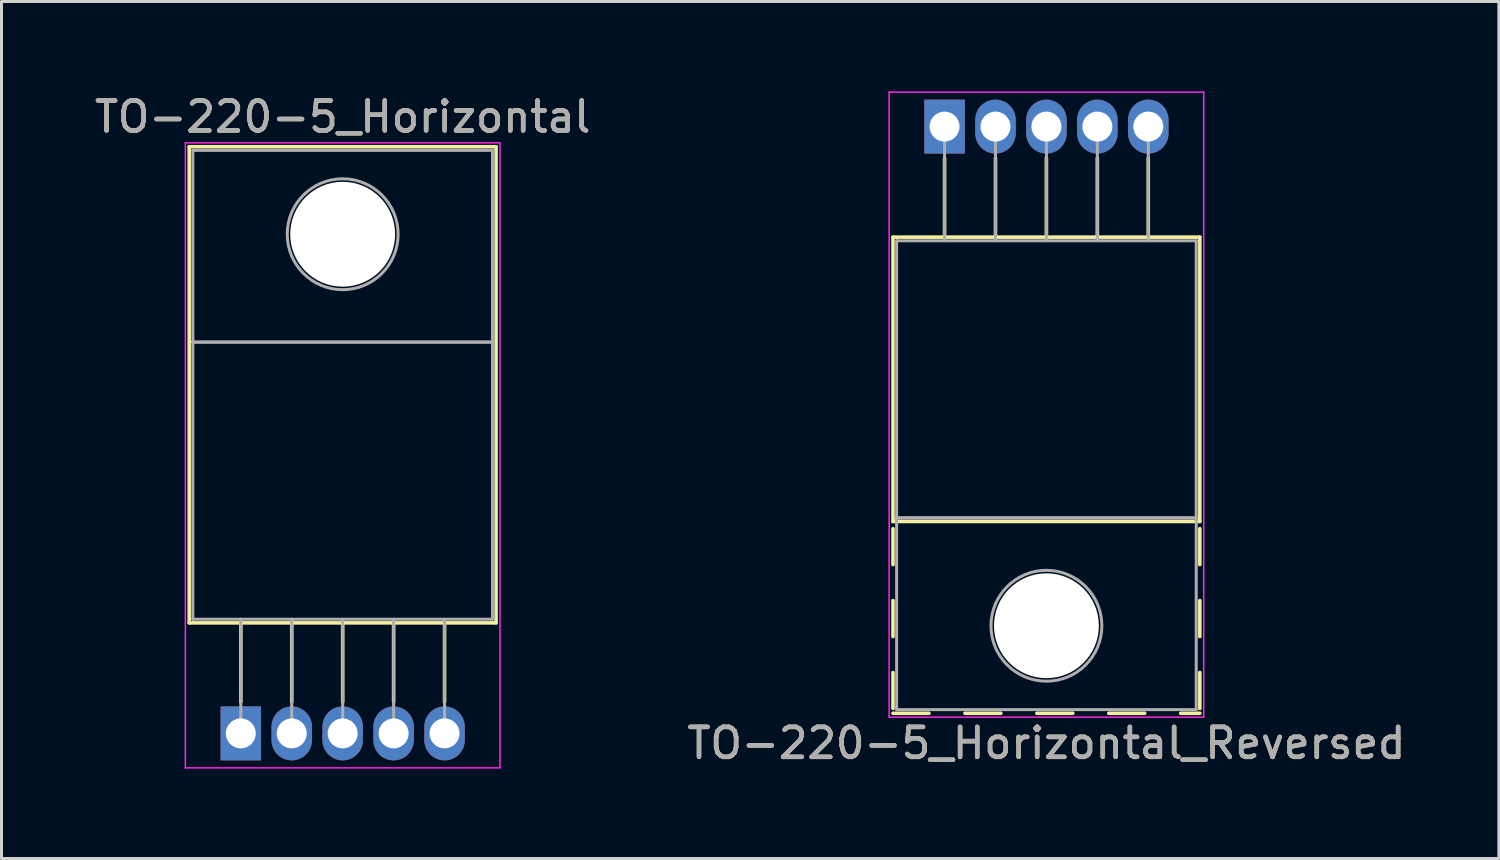
<source format=kicad_pcb>
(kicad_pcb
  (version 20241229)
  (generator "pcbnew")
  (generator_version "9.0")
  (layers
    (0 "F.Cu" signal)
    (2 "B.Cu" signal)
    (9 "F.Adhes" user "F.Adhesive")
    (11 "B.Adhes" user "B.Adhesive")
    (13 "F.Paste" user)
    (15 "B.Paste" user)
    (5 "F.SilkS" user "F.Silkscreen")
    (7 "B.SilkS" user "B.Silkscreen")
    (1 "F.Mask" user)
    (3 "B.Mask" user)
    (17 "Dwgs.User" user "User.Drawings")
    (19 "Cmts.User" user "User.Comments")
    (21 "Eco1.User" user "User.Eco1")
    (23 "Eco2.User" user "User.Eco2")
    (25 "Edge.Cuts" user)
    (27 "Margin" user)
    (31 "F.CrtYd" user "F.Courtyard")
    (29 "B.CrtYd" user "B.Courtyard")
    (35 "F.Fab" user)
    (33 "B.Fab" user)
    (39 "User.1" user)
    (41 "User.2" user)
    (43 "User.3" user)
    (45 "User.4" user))
  (footprint "TO-220-5_Horizontal"
    (layer "F.Cu")
    (at 4.987 21.428)
    (property "Reference" "TO-220-5_Horizontal" (at 3.4 -20.58 0) (layer "F.SilkS") (effects (font (size 1 1) (thickness 0.15))))
    (attr through_hole)
    (fp_line (start -1.721 -19.58) (end -1.721 -3.69) (stroke (width 0.12) (type solid)) (layer "F.SilkS"))
    (fp_line (start -1.721 -19.58) (end 8.52 -19.58) (stroke (width 0.12) (type solid)) (layer "F.SilkS"))
    (fp_line (start -1.721 -3.69) (end 8.52 -3.69) (stroke (width 0.12) (type solid)) (layer "F.SilkS"))
    (fp_line (start 0 -3.69) (end 0 -1.05) (stroke (width 0.12) (type solid)) (layer "F.SilkS"))
    (fp_line (start 1.7 -3.69) (end 1.7 -1.05) (stroke (width 0.12) (type solid)) (layer "F.SilkS"))
    (fp_line (start 3.4 -3.69) (end 3.4 -1.05) (stroke (width 0.12) (type solid)) (layer "F.SilkS"))
    (fp_line (start 5.1 -3.69) (end 5.1 -1.05) (stroke (width 0.12) (type solid)) (layer "F.SilkS"))
    (fp_line (start 6.8 -3.69) (end 6.8 -1.05) (stroke (width 0.12) (type solid)) (layer "F.SilkS"))
    (fp_line (start 8.52 -19.58) (end 8.52 -3.69) (stroke (width 0.12) (type solid)) (layer "F.SilkS"))
    (fp_line (start -1.85 -19.71) (end -1.85 1.15) (stroke (width 0.05) (type solid)) (layer "F.CrtYd"))
    (fp_line (start -1.85 1.15) (end 8.65 1.15) (stroke (width 0.05) (type solid)) (layer "F.CrtYd"))
    (fp_line (start 8.65 -19.71) (end -1.85 -19.71) (stroke (width 0.05) (type solid)) (layer "F.CrtYd"))
    (fp_line (start 8.65 1.15) (end 8.65 -19.71) (stroke (width 0.05) (type solid)) (layer "F.CrtYd"))
    (fp_line (start -1.6 -19.46) (end 8.4 -19.46) (stroke (width 0.1) (type solid)) (layer "F.Fab"))
    (fp_line (start -1.6 -13.06) (end -1.6 -19.46) (stroke (width 0.1) (type solid)) (layer "F.Fab"))
    (fp_line (start -1.6 -13.06) (end 8.4 -13.06) (stroke (width 0.1) (type solid)) (layer "F.Fab"))
    (fp_line (start -1.6 -3.81) (end -1.6 -13.06) (stroke (width 0.1) (type solid)) (layer "F.Fab"))
    (fp_line (start 0 -3.81) (end 0 0) (stroke (width 0.1) (type solid)) (layer "F.Fab"))
    (fp_line (start 1.7 -3.81) (end 1.7 0) (stroke (width 0.1) (type solid)) (layer "F.Fab"))
    (fp_line (start 3.4 -3.81) (end 3.4 0) (stroke (width 0.1) (type solid)) (layer "F.Fab"))
    (fp_line (start 5.1 -3.81) (end 5.1 0) (stroke (width 0.1) (type solid)) (layer "F.Fab"))
    (fp_line (start 6.8 -3.81) (end 6.8 0) (stroke (width 0.1) (type solid)) (layer "F.Fab"))
    (fp_line (start 8.4 -19.46) (end 8.4 -13.06) (stroke (width 0.1) (type solid)) (layer "F.Fab"))
    (fp_line (start 8.4 -13.06) (end -1.6 -13.06) (stroke (width 0.1) (type solid)) (layer "F.Fab"))
    (fp_line (start 8.4 -13.06) (end 8.4 -3.81) (stroke (width 0.1) (type solid)) (layer "F.Fab"))
    (fp_line (start 8.4 -3.81) (end -1.6 -3.81) (stroke (width 0.1) (type solid)) (layer "F.Fab"))
    (fp_circle (center 3.4 -16.66) (end 5.25 -16.66) (stroke (width 0.1) (type solid)) (fill no) (layer "F.Fab"))
    (fp_text user "${REFERENCE}" (at 3.4 -20.58 0) (layer "F.Fab") (effects (font (size 1 1) (thickness 0.15))))
    (pad "" np_thru_hole oval (at 3.4 -16.66) (size 3.5 3.5) (drill 3.5) (layers "*.Cu" "*.Mask"))
    (pad "1" thru_hole rect (at 0 0) (size 1.35 1.8) (drill 1) (layers "*.Cu" "*.Mask"))
    (pad "2" thru_hole oval (at 1.7 0) (size 1.35 1.8) (drill 1) (layers "*.Cu" "*.Mask"))
    (pad "3" thru_hole oval (at 3.4 0) (size 1.35 1.8) (drill 1) (layers "*.Cu" "*.Mask"))
    (pad "4" thru_hole oval (at 5.1 0) (size 1.35 1.8) (drill 1) (layers "*.Cu" "*.Mask"))
    (pad "5" thru_hole oval (at 6.8 0) (size 1.35 1.8) (drill 1) (layers "*.Cu" "*.Mask")))
  (footprint "TO-220-5_Horizontal_Reversed"
    (layer "F.Cu")
    (at 28.475 1.175)
    (property "Reference" "TO-220-5_Horizontal_Reversed" (at 3.4 20.58 0) (layer "F.SilkS") (effects (font (size 1 1) (thickness 0.15))))
    (attr through_hole)
    (fp_line (start -1.721 3.69) (end -1.721 13.18) (stroke (width 0.12) (type solid)) (layer "F.SilkS"))
    (fp_line (start -1.721 3.69) (end 8.52 3.69) (stroke (width 0.12) (type solid)) (layer "F.SilkS"))
    (fp_line (start -1.721 13.18) (end 8.52 13.18) (stroke (width 0.12) (type solid)) (layer "F.SilkS"))
    (fp_line (start -1.721 13.42) (end -1.721 14.62) (stroke (width 0.12) (type solid)) (layer "F.SilkS"))
    (fp_line (start -1.721 15.82) (end -1.721 17.02) (stroke (width 0.12) (type solid)) (layer "F.SilkS"))
    (fp_line (start -1.721 18.22) (end -1.721 19.42) (stroke (width 0.12) (type solid)) (layer "F.SilkS"))
    (fp_line (start -1.721 19.58) (end -0.521 19.58) (stroke (width 0.12) (type solid)) (layer "F.SilkS"))
    (fp_line (start 0 1.05) (end 0 3.69) (stroke (width 0.12) (type solid)) (layer "F.SilkS"))
    (fp_line (start 0.68 19.58) (end 1.88 19.58) (stroke (width 0.12) (type solid)) (layer "F.SilkS"))
    (fp_line (start 1.7 1.05) (end 1.7 3.69) (stroke (width 0.12) (type solid)) (layer "F.SilkS"))
    (fp_line (start 3.08 19.58) (end 4.28 19.58) (stroke (width 0.12) (type solid)) (layer "F.SilkS"))
    (fp_line (start 3.4 1.05) (end 3.4 3.69) (stroke (width 0.12) (type solid)) (layer "F.SilkS"))
    (fp_line (start 5.1 1.05) (end 5.1 3.69) (stroke (width 0.12) (type solid)) (layer "F.SilkS"))
    (fp_line (start 5.48 19.58) (end 6.68 19.58) (stroke (width 0.12) (type solid)) (layer "F.SilkS"))
    (fp_line (start 6.8 1.05) (end 6.8 3.69) (stroke (width 0.12) (type solid)) (layer "F.SilkS"))
    (fp_line (start 7.88 19.58) (end 8.52 19.58) (stroke (width 0.12) (type solid)) (layer "F.SilkS"))
    (fp_line (start 8.52 3.69) (end 8.52 13.18) (stroke (width 0.12) (type solid)) (layer "F.SilkS"))
    (fp_line (start 8.52 13.42) (end 8.52 14.62) (stroke (width 0.12) (type solid)) (layer "F.SilkS"))
    (fp_line (start 8.52 15.82) (end 8.52 17.02) (stroke (width 0.12) (type solid)) (layer "F.SilkS"))
    (fp_line (start 8.52 18.22) (end 8.52 19.42) (stroke (width 0.12) (type solid)) (layer "F.SilkS"))
    (fp_line (start -1.85 -1.15) (end -1.85 19.71) (stroke (width 0.05) (type solid)) (layer "F.CrtYd"))
    (fp_line (start -1.85 19.71) (end 8.65 19.71) (stroke (width 0.05) (type solid)) (layer "F.CrtYd"))
    (fp_line (start 8.65 -1.15) (end -1.85 -1.15) (stroke (width 0.05) (type solid)) (layer "F.CrtYd"))
    (fp_line (start 8.65 19.71) (end 8.65 -1.15) (stroke (width 0.05) (type solid)) (layer "F.CrtYd"))
    (fp_line (start -1.6 3.81) (end -1.6 13.06) (stroke (width 0.1) (type solid)) (layer "F.Fab"))
    (fp_line (start -1.6 13.06) (end -1.6 19.46) (stroke (width 0.1) (type solid)) (layer "F.Fab"))
    (fp_line (start -1.6 13.06) (end 8.4 13.06) (stroke (width 0.1) (type solid)) (layer "F.Fab"))
    (fp_line (start -1.6 19.46) (end 8.4 19.46) (stroke (width 0.1) (type solid)) (layer "F.Fab"))
    (fp_line (start 0 3.81) (end 0 0) (stroke (width 0.1) (type solid)) (layer "F.Fab"))
    (fp_line (start 1.7 3.81) (end 1.7 0) (stroke (width 0.1) (type solid)) (layer "F.Fab"))
    (fp_line (start 3.4 3.81) (end 3.4 0) (stroke (width 0.1) (type solid)) (layer "F.Fab"))
    (fp_line (start 5.1 3.81) (end 5.1 0) (stroke (width 0.1) (type solid)) (layer "F.Fab"))
    (fp_line (start 6.8 3.81) (end 6.8 0) (stroke (width 0.1) (type solid)) (layer "F.Fab"))
    (fp_line (start 8.4 3.81) (end -1.6 3.81) (stroke (width 0.1) (type solid)) (layer "F.Fab"))
    (fp_line (start 8.4 13.06) (end -1.6 13.06) (stroke (width 0.1) (type solid)) (layer "F.Fab"))
    (fp_line (start 8.4 13.06) (end 8.4 3.81) (stroke (width 0.1) (type solid)) (layer "F.Fab"))
    (fp_line (start 8.4 19.46) (end 8.4 13.06) (stroke (width 0.1) (type solid)) (layer "F.Fab"))
    (fp_circle (center 3.4 16.66) (end 5.25 16.66) (stroke (width 0.1) (type solid)) (fill no) (layer "F.Fab"))
    (fp_text user "${REFERENCE}" (at 3.4 20.58 0) (layer "F.Fab") (effects (font (size 1 1) (thickness 0.15))))
    (pad "" np_thru_hole oval (at 3.4 16.66) (size 3.5 3.5) (drill 3.5) (layers "*.Cu" "*.Mask"))
    (pad "1" thru_hole rect (at 0 0) (size 1.35 1.8) (drill 1) (layers "*.Cu" "*.Mask"))
    (pad "2" thru_hole oval (at 1.7 0) (size 1.35 1.8) (drill 1) (layers "*.Cu" "*.Mask"))
    (pad "3" thru_hole oval (at 3.4 0) (size 1.35 1.8) (drill 1) (layers "*.Cu" "*.Mask"))
    (pad "4" thru_hole oval (at 5.1 0) (size 1.35 1.8) (drill 1) (layers "*.Cu" "*.Mask"))
    (pad "5" thru_hole oval (at 6.8 0) (size 1.35 1.8) (drill 1) (layers "*.Cu" "*.Mask")))
  (gr_rect
    (start -3 -3)
    (end 46.976 25.603)
    (stroke (width 0.1) (type default))
    (fill no)
    (layer "Edge.Cuts")))
</source>
